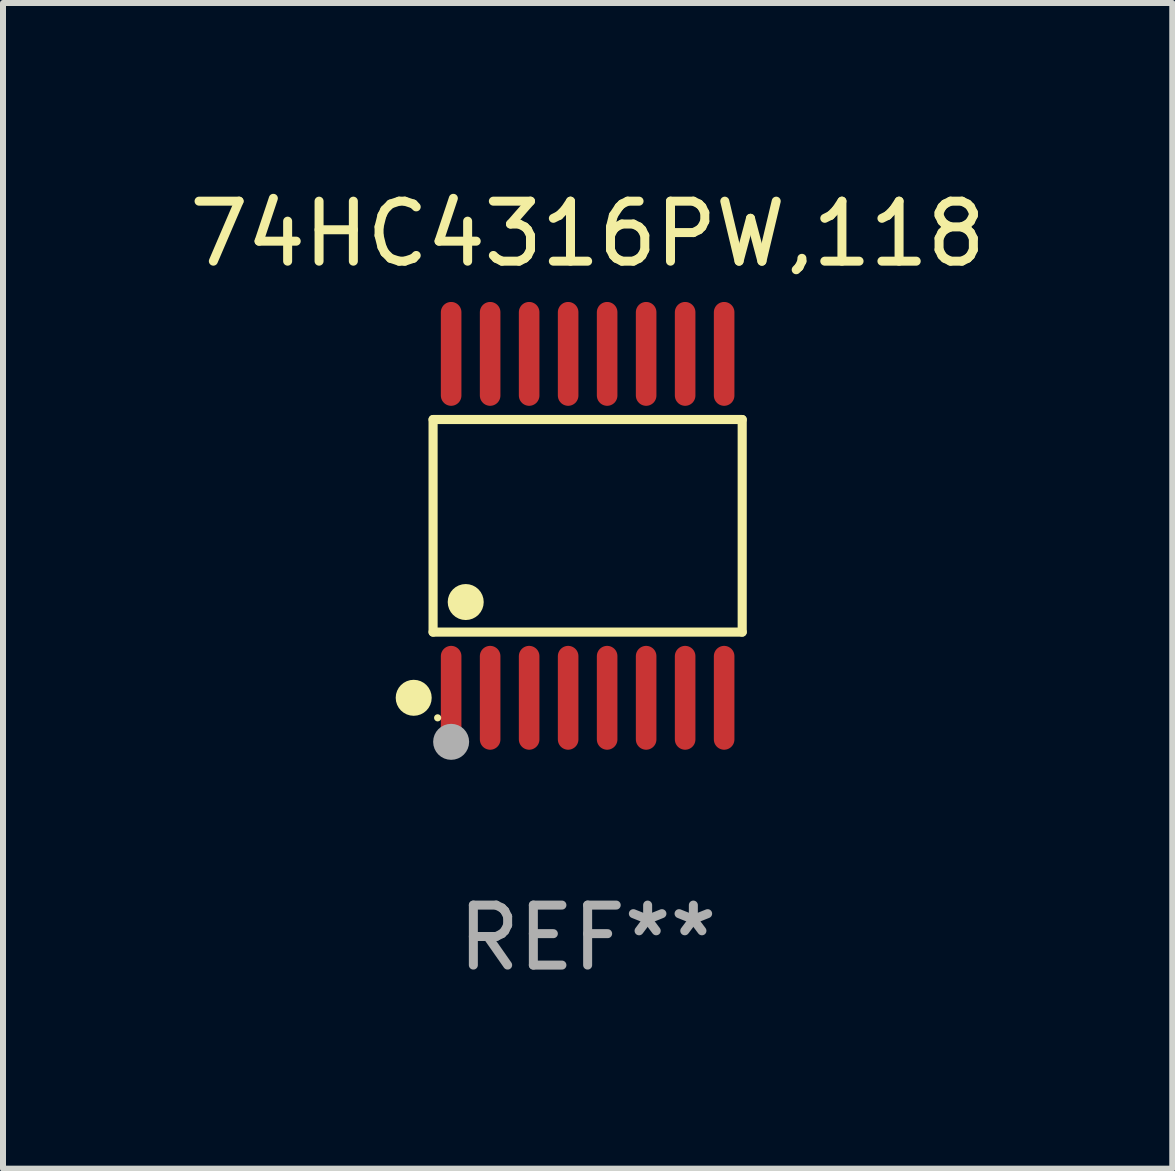
<source format=kicad_pcb>
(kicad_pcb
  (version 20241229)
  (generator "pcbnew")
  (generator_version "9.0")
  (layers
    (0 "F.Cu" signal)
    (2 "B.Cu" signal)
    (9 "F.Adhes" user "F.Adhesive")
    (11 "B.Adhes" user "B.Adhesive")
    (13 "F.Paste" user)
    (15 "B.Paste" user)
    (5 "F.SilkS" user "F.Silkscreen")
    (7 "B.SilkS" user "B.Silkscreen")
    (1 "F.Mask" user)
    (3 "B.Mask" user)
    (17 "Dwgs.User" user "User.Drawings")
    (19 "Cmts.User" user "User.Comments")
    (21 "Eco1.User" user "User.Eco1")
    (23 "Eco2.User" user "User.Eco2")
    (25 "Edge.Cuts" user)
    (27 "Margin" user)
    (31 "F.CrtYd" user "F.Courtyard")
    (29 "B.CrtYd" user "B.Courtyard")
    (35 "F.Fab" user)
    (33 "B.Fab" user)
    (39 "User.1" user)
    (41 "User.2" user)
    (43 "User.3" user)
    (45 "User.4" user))
  (footprint "74HC4316PW,118"
    (layer "F.Cu")
    (at 6.744 5.714)
    (property "Reference" "74HC4316PW,118" (at 0 -4.866 0) (layer "F.SilkS") (effects (font (size 1 1) (thickness 0.15))))
    (attr through_hole)
    (fp_line (start -2.576 -1.772) (end 2.576 -1.772) (stroke (width 0.152) (type solid)) (layer "F.SilkS"))
    (fp_line (start -2.576 1.771) (end -2.576 -1.772) (stroke (width 0.152) (type solid)) (layer "F.SilkS"))
    (fp_line (start 2.576 -1.772) (end 2.576 1.771) (stroke (width 0.152) (type solid)) (layer "F.SilkS"))
    (fp_line (start 2.576 1.771) (end -2.576 1.771) (stroke (width 0.152) (type solid)) (layer "F.SilkS"))
    (fp_circle (center -2.899 2.866) (end -2.749 2.866) (stroke (width 0.3) (type solid)) (fill no) (layer "F.SilkS"))
    (fp_circle (center -2.5 3.2) (end -2.47 3.2) (stroke (width 0.06) (type solid)) (fill no) (layer "F.SilkS"))
    (fp_circle (center -2.032 1.27) (end -1.882 1.27) (stroke (width 0.3) (type solid)) (fill no) (layer "F.SilkS"))
    (fp_circle (center -2.275 3.6) (end -2.125 3.6) (stroke (width 0.3) (type solid)) (fill no) (layer "F.Fab"))
    (fp_text user "REF**" (at 0 6.866 0) (layer "F.Fab") (effects (font (size 1 1) (thickness 0.15))))
    (pad "1" smd oval (at -2.275 2.866) (size 0.343 1.731) (layers "F.Cu" "F.Mask" "F.Paste"))
    (pad "2" smd oval (at -1.625 2.866) (size 0.343 1.731) (layers "F.Cu" "F.Mask" "F.Paste"))
    (pad "3" smd oval (at -0.975 2.866) (size 0.343 1.731) (layers "F.Cu" "F.Mask" "F.Paste"))
    (pad "4" smd oval (at -0.325 2.866) (size 0.343 1.731) (layers "F.Cu" "F.Mask" "F.Paste"))
    (pad "5" smd oval (at 0.325 2.866) (size 0.343 1.731) (layers "F.Cu" "F.Mask" "F.Paste"))
    (pad "6" smd oval (at 0.975 2.866) (size 0.343 1.731) (layers "F.Cu" "F.Mask" "F.Paste"))
    (pad "7" smd oval (at 1.625 2.866) (size 0.343 1.731) (layers "F.Cu" "F.Mask" "F.Paste"))
    (pad "8" smd oval (at 2.275 2.866) (size 0.343 1.731) (layers "F.Cu" "F.Mask" "F.Paste"))
    (pad "9" smd oval (at 2.275 -2.866) (size 0.343 1.731) (layers "F.Cu" "F.Mask" "F.Paste"))
    (pad "10" smd oval (at 1.625 -2.866) (size 0.343 1.731) (layers "F.Cu" "F.Mask" "F.Paste"))
    (pad "11" smd oval (at 0.975 -2.866) (size 0.343 1.731) (layers "F.Cu" "F.Mask" "F.Paste"))
    (pad "12" smd oval (at 0.325 -2.866) (size 0.343 1.731) (layers "F.Cu" "F.Mask" "F.Paste"))
    (pad "13" smd oval (at -0.325 -2.866) (size 0.343 1.731) (layers "F.Cu" "F.Mask" "F.Paste"))
    (pad "14" smd oval (at -0.975 -2.866) (size 0.343 1.731) (layers "F.Cu" "F.Mask" "F.Paste"))
    (pad "15" smd oval (at -1.625 -2.866) (size 0.343 1.731) (layers "F.Cu" "F.Mask" "F.Paste"))
    (pad "16" smd oval (at -2.275 -2.866) (size 0.343 1.731) (layers "F.Cu" "F.Mask" "F.Paste")))
  (gr_rect
    (start -3 -3)
    (end 16.488 16.428)
    (stroke (width 0.1) (type default))
    (fill no)
    (layer "Edge.Cuts")))
</source>
